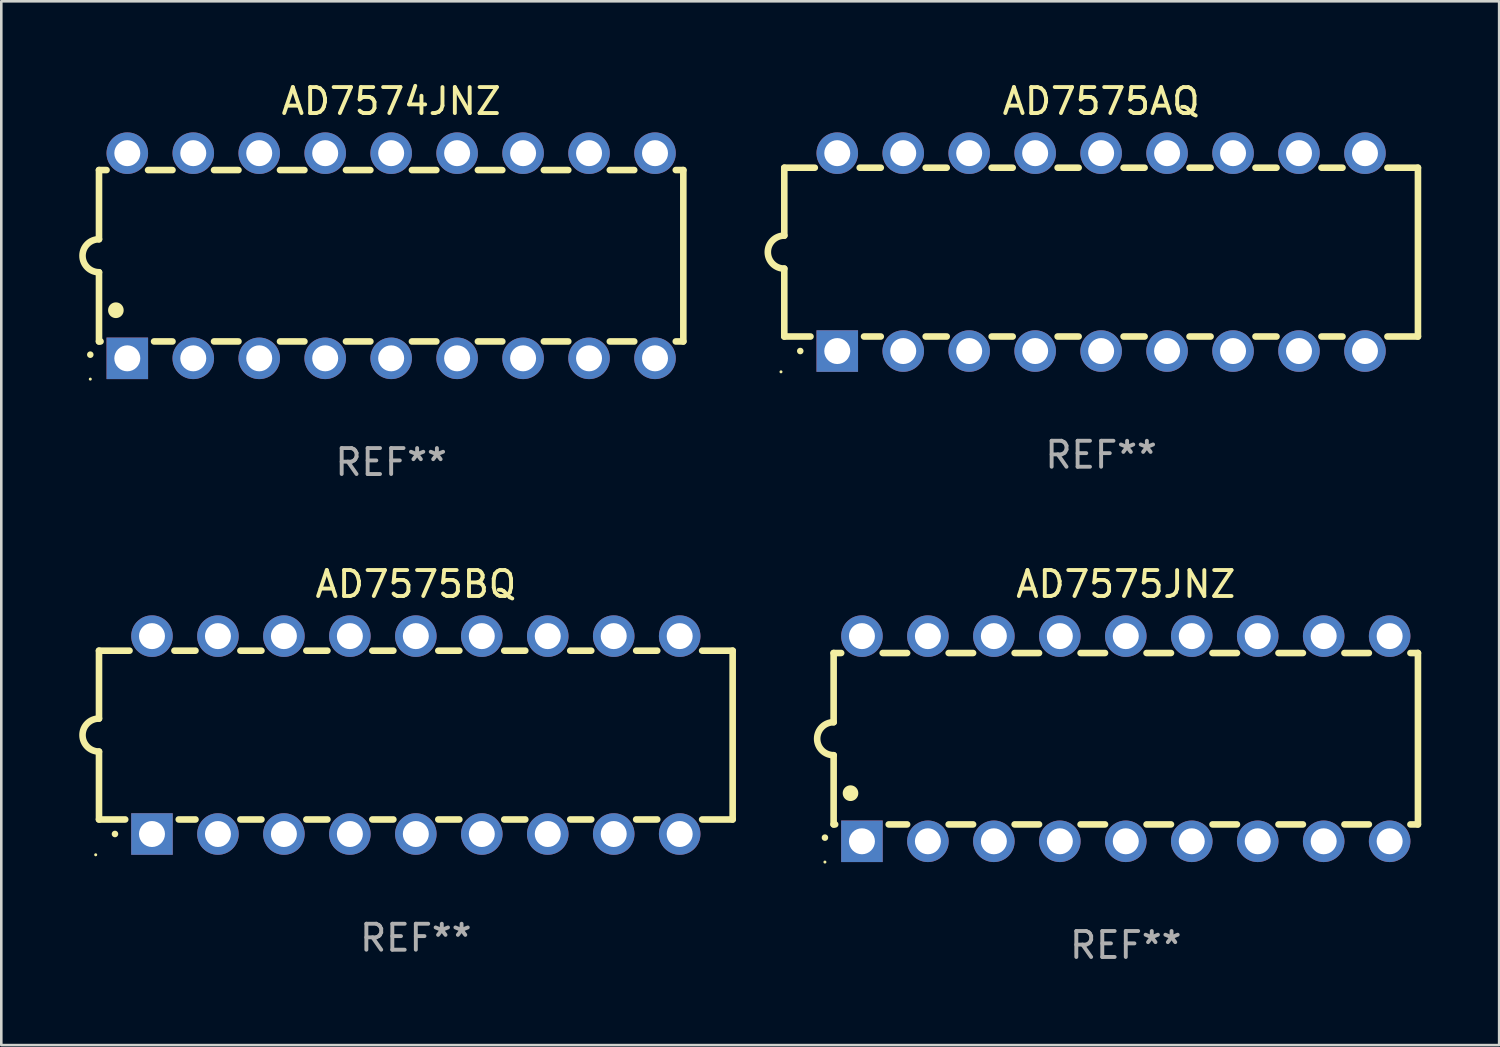
<source format=kicad_pcb>
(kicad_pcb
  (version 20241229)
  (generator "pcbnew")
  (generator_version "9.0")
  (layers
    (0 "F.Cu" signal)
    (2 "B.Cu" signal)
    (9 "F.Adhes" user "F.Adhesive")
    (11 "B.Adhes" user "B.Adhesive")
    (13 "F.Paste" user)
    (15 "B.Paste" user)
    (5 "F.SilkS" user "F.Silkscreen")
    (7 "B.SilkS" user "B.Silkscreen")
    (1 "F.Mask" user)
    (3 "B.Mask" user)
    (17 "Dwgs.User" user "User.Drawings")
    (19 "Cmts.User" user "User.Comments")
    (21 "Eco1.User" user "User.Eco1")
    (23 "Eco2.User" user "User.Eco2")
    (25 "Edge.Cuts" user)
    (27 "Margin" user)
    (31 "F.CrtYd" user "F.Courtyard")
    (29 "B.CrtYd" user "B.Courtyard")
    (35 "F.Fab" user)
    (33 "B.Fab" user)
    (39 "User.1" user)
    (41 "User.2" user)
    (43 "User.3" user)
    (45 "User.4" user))
  (footprint "AD7574JNZ"
    (layer "F.Cu")
    (at 12.012 6.798)
    (property "Reference" "AD7574JNZ" (at 0 -5.95 0) (layer "F.SilkS") (effects (font (size 1 1) (thickness 0.15))))
    (attr through_hole)
    (fp_line (start -11.25 -3.3) (end -11.25 -0.635) (stroke (width 0.254) (type solid)) (layer "F.SilkS"))
    (fp_line (start -11.25 -3.3) (end -10.96 -3.3) (stroke (width 0.254) (type solid)) (layer "F.SilkS"))
    (fp_line (start -11.25 3.3) (end -11.25 0.635) (stroke (width 0.254) (type solid)) (layer "F.SilkS"))
    (fp_line (start -11.25 3.3) (end -11.191 3.3) (stroke (width 0.254) (type solid)) (layer "F.SilkS"))
    (fp_line (start -9.36 -3.3) (end -8.42 -3.3) (stroke (width 0.254) (type solid)) (layer "F.SilkS"))
    (fp_line (start -9.129 3.3) (end -8.42 3.3) (stroke (width 0.254) (type solid)) (layer "F.SilkS"))
    (fp_line (start -6.82 -3.3) (end -5.88 -3.3) (stroke (width 0.254) (type solid)) (layer "F.SilkS"))
    (fp_line (start -6.82 3.3) (end -5.88 3.3) (stroke (width 0.254) (type solid)) (layer "F.SilkS"))
    (fp_line (start -4.28 -3.3) (end -3.34 -3.3) (stroke (width 0.254) (type solid)) (layer "F.SilkS"))
    (fp_line (start -4.28 3.3) (end -3.34 3.3) (stroke (width 0.254) (type solid)) (layer "F.SilkS"))
    (fp_line (start -1.74 -3.3) (end -0.8 -3.3) (stroke (width 0.254) (type solid)) (layer "F.SilkS"))
    (fp_line (start -1.74 3.3) (end -0.8 3.3) (stroke (width 0.254) (type solid)) (layer "F.SilkS"))
    (fp_line (start 0.8 -3.3) (end 1.74 -3.3) (stroke (width 0.254) (type solid)) (layer "F.SilkS"))
    (fp_line (start 0.8 3.3) (end 1.74 3.3) (stroke (width 0.254) (type solid)) (layer "F.SilkS"))
    (fp_line (start 3.34 -3.3) (end 4.28 -3.3) (stroke (width 0.254) (type solid)) (layer "F.SilkS"))
    (fp_line (start 3.34 3.3) (end 4.28 3.3) (stroke (width 0.254) (type solid)) (layer "F.SilkS"))
    (fp_line (start 5.88 -3.3) (end 6.82 -3.3) (stroke (width 0.254) (type solid)) (layer "F.SilkS"))
    (fp_line (start 5.88 3.3) (end 6.82 3.3) (stroke (width 0.254) (type solid)) (layer "F.SilkS"))
    (fp_line (start 8.42 -3.3) (end 9.36 -3.3) (stroke (width 0.254) (type solid)) (layer "F.SilkS"))
    (fp_line (start 8.42 3.3) (end 9.36 3.3) (stroke (width 0.254) (type solid)) (layer "F.SilkS"))
    (fp_line (start 10.96 -3.3) (end 11.25 -3.3) (stroke (width 0.254) (type solid)) (layer "F.SilkS"))
    (fp_line (start 10.96 3.3) (end 11.25 3.3) (stroke (width 0.254) (type solid)) (layer "F.SilkS"))
    (fp_line (start 11.25 -3.3) (end 11.25 3.3) (stroke (width 0.254) (type solid)) (layer "F.SilkS"))
    (fp_arc (start -11.584963 3.810008) (mid -11.58497 3.808738) (end -11.584963 3.807468) (stroke (width 0.25) (type solid)) (layer "F.SilkS"))
    (fp_arc (start -11.250013 0.635001) (mid -11.884684 -0.000165) (end -11.249683 -0.635001) (stroke (width 0.254001) (type solid)) (layer "F.SilkS"))
    (fp_arc (start -10.600025 2.1) (mid -10.600036 2.09746) (end -10.600025 2.09492) (stroke (width 0.6) (type solid)) (layer "F.SilkS"))
    (fp_circle (center -11.585 4.75) (end -11.555 4.75) (stroke (width 0.06) (type solid)) (fill no) (layer "F.SilkS"))
    (fp_text user "REF**" (at 0 7.95 0) (layer "F.Fab") (effects (font (size 1 1) (thickness 0.15))))
    (pad "1" thru_hole rect (at -10.16 3.95 90) (size 1.6 1.6) (drill 1) (layers "*.Cu" "*.Mask"))
    (pad "2" thru_hole circle (at -7.62 3.95 90) (size 1.6 1.6) (drill 1) (layers "*.Cu" "*.Mask"))
    (pad "3" thru_hole circle (at -5.08 3.95 90) (size 1.6 1.6) (drill 1) (layers "*.Cu" "*.Mask"))
    (pad "4" thru_hole circle (at -2.54 3.95 90) (size 1.6 1.6) (drill 1) (layers "*.Cu" "*.Mask"))
    (pad "5" thru_hole circle (at 0 3.95 90) (size 1.6 1.6) (drill 1) (layers "*.Cu" "*.Mask"))
    (pad "6" thru_hole circle (at 2.54 3.95 90) (size 1.6 1.6) (drill 1) (layers "*.Cu" "*.Mask"))
    (pad "7" thru_hole circle (at 5.08 3.95 90) (size 1.6 1.6) (drill 1) (layers "*.Cu" "*.Mask"))
    (pad "8" thru_hole circle (at 7.62 3.95 90) (size 1.6 1.6) (drill 1) (layers "*.Cu" "*.Mask"))
    (pad "9" thru_hole circle (at 10.16 3.95 90) (size 1.6 1.6) (drill 1) (layers "*.Cu" "*.Mask"))
    (pad "10" thru_hole circle (at 10.16 -3.95 90) (size 1.6 1.6) (drill 1) (layers "*.Cu" "*.Mask"))
    (pad "11" thru_hole circle (at 7.62 -3.95 90) (size 1.6 1.6) (drill 1) (layers "*.Cu" "*.Mask"))
    (pad "12" thru_hole circle (at 5.08 -3.95 90) (size 1.6 1.6) (drill 1) (layers "*.Cu" "*.Mask"))
    (pad "13" thru_hole circle (at 2.54 -3.95 90) (size 1.6 1.6) (drill 1) (layers "*.Cu" "*.Mask"))
    (pad "14" thru_hole circle (at 0 -3.95 90) (size 1.6 1.6) (drill 1) (layers "*.Cu" "*.Mask"))
    (pad "15" thru_hole circle (at -2.54 -3.95 90) (size 1.6 1.6) (drill 1) (layers "*.Cu" "*.Mask"))
    (pad "16" thru_hole circle (at -5.08 -3.95 90) (size 1.6 1.6) (drill 1) (layers "*.Cu" "*.Mask"))
    (pad "17" thru_hole circle (at -7.62 -3.95 90) (size 1.6 1.6) (drill 1) (layers "*.Cu" "*.Mask"))
    (pad "18" thru_hole circle (at -10.16 -3.95 90) (size 1.6 1.6) (drill 1) (layers "*.Cu" "*.Mask")))
  (footprint "AD7575BQ"
    (layer "F.Cu")
    (at 12.962 25.255)
    (property "Reference" "AD7575BQ" (at 0 -5.81 0) (layer "F.SilkS") (effects (font (size 1 1) (thickness 0.15))))
    (attr through_hole)
    (fp_line (start -12.2 -3.25) (end -12.2 -0.635) (stroke (width 0.254) (type solid)) (layer "F.SilkS"))
    (fp_line (start -12.2 3.25) (end -12.2 0.635) (stroke (width 0.254) (type solid)) (layer "F.SilkS"))
    (fp_line (start -12.2 3.25) (end -11.191 3.25) (stroke (width 0.254) (type solid)) (layer "F.SilkS"))
    (fp_line (start -11.025 -3.25) (end -12.2 -3.25) (stroke (width 0.254) (type solid)) (layer "F.SilkS"))
    (fp_line (start -9.129 3.25) (end -8.485 3.25) (stroke (width 0.254) (type solid)) (layer "F.SilkS"))
    (fp_line (start -8.485 -3.25) (end -9.295 -3.25) (stroke (width 0.254) (type solid)) (layer "F.SilkS"))
    (fp_line (start -6.755 3.25) (end -5.945 3.25) (stroke (width 0.254) (type solid)) (layer "F.SilkS"))
    (fp_line (start -5.945 -3.25) (end -6.755 -3.25) (stroke (width 0.254) (type solid)) (layer "F.SilkS"))
    (fp_line (start -4.215 3.25) (end -3.405 3.25) (stroke (width 0.254) (type solid)) (layer "F.SilkS"))
    (fp_line (start -3.405 -3.25) (end -4.215 -3.25) (stroke (width 0.254) (type solid)) (layer "F.SilkS"))
    (fp_line (start -1.675 3.25) (end -0.865 3.25) (stroke (width 0.254) (type solid)) (layer "F.SilkS"))
    (fp_line (start -0.865 -3.25) (end -1.675 -3.25) (stroke (width 0.254) (type solid)) (layer "F.SilkS"))
    (fp_line (start 0.865 3.25) (end 1.675 3.25) (stroke (width 0.254) (type solid)) (layer "F.SilkS"))
    (fp_line (start 1.675 -3.25) (end 0.865 -3.25) (stroke (width 0.254) (type solid)) (layer "F.SilkS"))
    (fp_line (start 3.405 3.25) (end 4.215 3.25) (stroke (width 0.254) (type solid)) (layer "F.SilkS"))
    (fp_line (start 4.215 -3.25) (end 3.405 -3.25) (stroke (width 0.254) (type solid)) (layer "F.SilkS"))
    (fp_line (start 5.945 3.25) (end 6.755 3.25) (stroke (width 0.254) (type solid)) (layer "F.SilkS"))
    (fp_line (start 6.755 -3.25) (end 5.945 -3.25) (stroke (width 0.254) (type solid)) (layer "F.SilkS"))
    (fp_line (start 8.485 3.25) (end 9.295 3.25) (stroke (width 0.254) (type solid)) (layer "F.SilkS"))
    (fp_line (start 9.295 -3.25) (end 8.485 -3.25) (stroke (width 0.254) (type solid)) (layer "F.SilkS"))
    (fp_line (start 11.025 3.25) (end 12.2 3.25) (stroke (width 0.254) (type solid)) (layer "F.SilkS"))
    (fp_line (start 12.2 -3.25) (end 11.025 -3.25) (stroke (width 0.254) (type solid)) (layer "F.SilkS"))
    (fp_line (start 12.2 -3.25) (end 12.2 3.25) (stroke (width 0.254) (type solid)) (layer "F.SilkS"))
    (fp_arc (start -12.200025 0.635001) (mid -12.834645 -0.000191) (end -12.199644 -0.635001) (stroke (width 0.254001) (type solid)) (layer "F.SilkS"))
    (fp_arc (start -11.584963 3.810008) (mid -11.58497 3.808738) (end -11.584963 3.807468) (stroke (width 0.25) (type solid)) (layer "F.SilkS"))
    (fp_circle (center -12.327 4.61) (end -12.297 4.61) (stroke (width 0.06) (type solid)) (fill no) (layer "F.SilkS"))
    (fp_text user "REF**" (at 0 7.81 0) (layer "F.Fab") (effects (font (size 1 1) (thickness 0.15))))
    (pad "1" thru_hole rect (at -10.16 3.81 90) (size 1.6 1.6) (drill 1) (layers "*.Cu" "*.Mask"))
    (pad "2" thru_hole circle (at -7.62 3.81 90) (size 1.6 1.6) (drill 1) (layers "*.Cu" "*.Mask"))
    (pad "3" thru_hole circle (at -5.08 3.81 90) (size 1.6 1.6) (drill 1) (layers "*.Cu" "*.Mask"))
    (pad "4" thru_hole circle (at -2.54 3.81 90) (size 1.6 1.6) (drill 1) (layers "*.Cu" "*.Mask"))
    (pad "5" thru_hole circle (at 0 3.81 90) (size 1.6 1.6) (drill 1) (layers "*.Cu" "*.Mask"))
    (pad "6" thru_hole circle (at 2.54 3.81 90) (size 1.6 1.6) (drill 1) (layers "*.Cu" "*.Mask"))
    (pad "7" thru_hole circle (at 5.08 3.81 90) (size 1.6 1.6) (drill 1) (layers "*.Cu" "*.Mask"))
    (pad "8" thru_hole circle (at 7.62 3.81 90) (size 1.6 1.6) (drill 1) (layers "*.Cu" "*.Mask"))
    (pad "9" thru_hole circle (at 10.16 3.81 90) (size 1.6 1.6) (drill 1) (layers "*.Cu" "*.Mask"))
    (pad "10" thru_hole circle (at 10.16 -3.81 90) (size 1.6 1.6) (drill 1) (layers "*.Cu" "*.Mask"))
    (pad "11" thru_hole circle (at 7.62 -3.81 90) (size 1.6 1.6) (drill 1) (layers "*.Cu" "*.Mask"))
    (pad "12" thru_hole circle (at 5.08 -3.81 90) (size 1.6 1.6) (drill 1) (layers "*.Cu" "*.Mask"))
    (pad "13" thru_hole circle (at 2.54 -3.81 90) (size 1.6 1.6) (drill 1) (layers "*.Cu" "*.Mask"))
    (pad "14" thru_hole circle (at 0 -3.81 90) (size 1.6 1.6) (drill 1) (layers "*.Cu" "*.Mask"))
    (pad "15" thru_hole circle (at -2.54 -3.81 90) (size 1.6 1.6) (drill 1) (layers "*.Cu" "*.Mask"))
    (pad "16" thru_hole circle (at -5.08 -3.81 90) (size 1.6 1.6) (drill 1) (layers "*.Cu" "*.Mask"))
    (pad "17" thru_hole circle (at -7.62 -3.81 90) (size 1.6 1.6) (drill 1) (layers "*.Cu" "*.Mask"))
    (pad "18" thru_hole circle (at -10.16 -3.81 90) (size 1.6 1.6) (drill 1) (layers "*.Cu" "*.Mask")))
  (footprint "AD7575JNZ"
    (layer "F.Cu")
    (at 40.3 25.395)
    (property "Reference" "AD7575JNZ" (at 0 -5.95 0) (layer "F.SilkS") (effects (font (size 1 1) (thickness 0.15))))
    (attr through_hole)
    (fp_line (start -11.25 -3.3) (end -11.25 -0.635) (stroke (width 0.254) (type solid)) (layer "F.SilkS"))
    (fp_line (start -11.25 -3.3) (end -10.96 -3.3) (stroke (width 0.254) (type solid)) (layer "F.SilkS"))
    (fp_line (start -11.25 3.3) (end -11.25 0.635) (stroke (width 0.254) (type solid)) (layer "F.SilkS"))
    (fp_line (start -11.25 3.3) (end -11.191 3.3) (stroke (width 0.254) (type solid)) (layer "F.SilkS"))
    (fp_line (start -9.36 -3.3) (end -8.42 -3.3) (stroke (width 0.254) (type solid)) (layer "F.SilkS"))
    (fp_line (start -9.129 3.3) (end -8.42 3.3) (stroke (width 0.254) (type solid)) (layer "F.SilkS"))
    (fp_line (start -6.82 -3.3) (end -5.88 -3.3) (stroke (width 0.254) (type solid)) (layer "F.SilkS"))
    (fp_line (start -6.82 3.3) (end -5.88 3.3) (stroke (width 0.254) (type solid)) (layer "F.SilkS"))
    (fp_line (start -4.28 -3.3) (end -3.34 -3.3) (stroke (width 0.254) (type solid)) (layer "F.SilkS"))
    (fp_line (start -4.28 3.3) (end -3.34 3.3) (stroke (width 0.254) (type solid)) (layer "F.SilkS"))
    (fp_line (start -1.74 -3.3) (end -0.8 -3.3) (stroke (width 0.254) (type solid)) (layer "F.SilkS"))
    (fp_line (start -1.74 3.3) (end -0.8 3.3) (stroke (width 0.254) (type solid)) (layer "F.SilkS"))
    (fp_line (start 0.8 -3.3) (end 1.74 -3.3) (stroke (width 0.254) (type solid)) (layer "F.SilkS"))
    (fp_line (start 0.8 3.3) (end 1.74 3.3) (stroke (width 0.254) (type solid)) (layer "F.SilkS"))
    (fp_line (start 3.34 -3.3) (end 4.28 -3.3) (stroke (width 0.254) (type solid)) (layer "F.SilkS"))
    (fp_line (start 3.34 3.3) (end 4.28 3.3) (stroke (width 0.254) (type solid)) (layer "F.SilkS"))
    (fp_line (start 5.88 -3.3) (end 6.82 -3.3) (stroke (width 0.254) (type solid)) (layer "F.SilkS"))
    (fp_line (start 5.88 3.3) (end 6.82 3.3) (stroke (width 0.254) (type solid)) (layer "F.SilkS"))
    (fp_line (start 8.42 -3.3) (end 9.36 -3.3) (stroke (width 0.254) (type solid)) (layer "F.SilkS"))
    (fp_line (start 8.42 3.3) (end 9.36 3.3) (stroke (width 0.254) (type solid)) (layer "F.SilkS"))
    (fp_line (start 10.96 -3.3) (end 11.25 -3.3) (stroke (width 0.254) (type solid)) (layer "F.SilkS"))
    (fp_line (start 10.96 3.3) (end 11.25 3.3) (stroke (width 0.254) (type solid)) (layer "F.SilkS"))
    (fp_line (start 11.25 -3.3) (end 11.25 3.3) (stroke (width 0.254) (type solid)) (layer "F.SilkS"))
    (fp_arc (start -11.584963 3.810008) (mid -11.58497 3.808738) (end -11.584963 3.807468) (stroke (width 0.25) (type solid)) (layer "F.SilkS"))
    (fp_arc (start -11.250013 0.635001) (mid -11.884684 -0.000165) (end -11.249683 -0.635001) (stroke (width 0.254001) (type solid)) (layer "F.SilkS"))
    (fp_arc (start -10.600025 2.1) (mid -10.600036 2.09746) (end -10.600025 2.09492) (stroke (width 0.6) (type solid)) (layer "F.SilkS"))
    (fp_circle (center -11.585 4.75) (end -11.555 4.75) (stroke (width 0.06) (type solid)) (fill no) (layer "F.SilkS"))
    (fp_text user "REF**" (at 0 7.95 0) (layer "F.Fab") (effects (font (size 1 1) (thickness 0.15))))
    (pad "1" thru_hole rect (at -10.16 3.95 90) (size 1.6 1.6) (drill 1) (layers "*.Cu" "*.Mask"))
    (pad "2" thru_hole circle (at -7.62 3.95 90) (size 1.6 1.6) (drill 1) (layers "*.Cu" "*.Mask"))
    (pad "3" thru_hole circle (at -5.08 3.95 90) (size 1.6 1.6) (drill 1) (layers "*.Cu" "*.Mask"))
    (pad "4" thru_hole circle (at -2.54 3.95 90) (size 1.6 1.6) (drill 1) (layers "*.Cu" "*.Mask"))
    (pad "5" thru_hole circle (at 0 3.95 90) (size 1.6 1.6) (drill 1) (layers "*.Cu" "*.Mask"))
    (pad "6" thru_hole circle (at 2.54 3.95 90) (size 1.6 1.6) (drill 1) (layers "*.Cu" "*.Mask"))
    (pad "7" thru_hole circle (at 5.08 3.95 90) (size 1.6 1.6) (drill 1) (layers "*.Cu" "*.Mask"))
    (pad "8" thru_hole circle (at 7.62 3.95 90) (size 1.6 1.6) (drill 1) (layers "*.Cu" "*.Mask"))
    (pad "9" thru_hole circle (at 10.16 3.95 90) (size 1.6 1.6) (drill 1) (layers "*.Cu" "*.Mask"))
    (pad "10" thru_hole circle (at 10.16 -3.95 90) (size 1.6 1.6) (drill 1) (layers "*.Cu" "*.Mask"))
    (pad "11" thru_hole circle (at 7.62 -3.95 90) (size 1.6 1.6) (drill 1) (layers "*.Cu" "*.Mask"))
    (pad "12" thru_hole circle (at 5.08 -3.95 90) (size 1.6 1.6) (drill 1) (layers "*.Cu" "*.Mask"))
    (pad "13" thru_hole circle (at 2.54 -3.95 90) (size 1.6 1.6) (drill 1) (layers "*.Cu" "*.Mask"))
    (pad "14" thru_hole circle (at 0 -3.95 90) (size 1.6 1.6) (drill 1) (layers "*.Cu" "*.Mask"))
    (pad "15" thru_hole circle (at -2.54 -3.95 90) (size 1.6 1.6) (drill 1) (layers "*.Cu" "*.Mask"))
    (pad "16" thru_hole circle (at -5.08 -3.95 90) (size 1.6 1.6) (drill 1) (layers "*.Cu" "*.Mask"))
    (pad "17" thru_hole circle (at -7.62 -3.95 90) (size 1.6 1.6) (drill 1) (layers "*.Cu" "*.Mask"))
    (pad "18" thru_hole circle (at -10.16 -3.95 90) (size 1.6 1.6) (drill 1) (layers "*.Cu" "*.Mask")))
  (footprint "AD7575AQ"
    (layer "F.Cu")
    (at 39.35 6.658)
    (property "Reference" "AD7575AQ" (at 0 -5.81 0) (layer "F.SilkS") (effects (font (size 1 1) (thickness 0.15))))
    (attr through_hole)
    (fp_line (start -12.2 -3.25) (end -12.2 -0.635) (stroke (width 0.254) (type solid)) (layer "F.SilkS"))
    (fp_line (start -12.2 3.25) (end -12.2 0.635) (stroke (width 0.254) (type solid)) (layer "F.SilkS"))
    (fp_line (start -12.2 3.25) (end -11.191 3.25) (stroke (width 0.254) (type solid)) (layer "F.SilkS"))
    (fp_line (start -11.025 -3.25) (end -12.2 -3.25) (stroke (width 0.254) (type solid)) (layer "F.SilkS"))
    (fp_line (start -9.129 3.25) (end -8.485 3.25) (stroke (width 0.254) (type solid)) (layer "F.SilkS"))
    (fp_line (start -8.485 -3.25) (end -9.295 -3.25) (stroke (width 0.254) (type solid)) (layer "F.SilkS"))
    (fp_line (start -6.755 3.25) (end -5.945 3.25) (stroke (width 0.254) (type solid)) (layer "F.SilkS"))
    (fp_line (start -5.945 -3.25) (end -6.755 -3.25) (stroke (width 0.254) (type solid)) (layer "F.SilkS"))
    (fp_line (start -4.215 3.25) (end -3.405 3.25) (stroke (width 0.254) (type solid)) (layer "F.SilkS"))
    (fp_line (start -3.405 -3.25) (end -4.215 -3.25) (stroke (width 0.254) (type solid)) (layer "F.SilkS"))
    (fp_line (start -1.675 3.25) (end -0.865 3.25) (stroke (width 0.254) (type solid)) (layer "F.SilkS"))
    (fp_line (start -0.865 -3.25) (end -1.675 -3.25) (stroke (width 0.254) (type solid)) (layer "F.SilkS"))
    (fp_line (start 0.865 3.25) (end 1.675 3.25) (stroke (width 0.254) (type solid)) (layer "F.SilkS"))
    (fp_line (start 1.675 -3.25) (end 0.865 -3.25) (stroke (width 0.254) (type solid)) (layer "F.SilkS"))
    (fp_line (start 3.405 3.25) (end 4.215 3.25) (stroke (width 0.254) (type solid)) (layer "F.SilkS"))
    (fp_line (start 4.215 -3.25) (end 3.405 -3.25) (stroke (width 0.254) (type solid)) (layer "F.SilkS"))
    (fp_line (start 5.945 3.25) (end 6.755 3.25) (stroke (width 0.254) (type solid)) (layer "F.SilkS"))
    (fp_line (start 6.755 -3.25) (end 5.945 -3.25) (stroke (width 0.254) (type solid)) (layer "F.SilkS"))
    (fp_line (start 8.485 3.25) (end 9.295 3.25) (stroke (width 0.254) (type solid)) (layer "F.SilkS"))
    (fp_line (start 9.295 -3.25) (end 8.485 -3.25) (stroke (width 0.254) (type solid)) (layer "F.SilkS"))
    (fp_line (start 11.025 3.25) (end 12.2 3.25) (stroke (width 0.254) (type solid)) (layer "F.SilkS"))
    (fp_line (start 12.2 -3.25) (end 11.025 -3.25) (stroke (width 0.254) (type solid)) (layer "F.SilkS"))
    (fp_line (start 12.2 -3.25) (end 12.2 3.25) (stroke (width 0.254) (type solid)) (layer "F.SilkS"))
    (fp_arc (start -12.200025 0.635001) (mid -12.834645 -0.000191) (end -12.199644 -0.635001) (stroke (width 0.254001) (type solid)) (layer "F.SilkS"))
    (fp_arc (start -11.584963 3.810008) (mid -11.58497 3.808738) (end -11.584963 3.807468) (stroke (width 0.25) (type solid)) (layer "F.SilkS"))
    (fp_circle (center -12.327 4.61) (end -12.297 4.61) (stroke (width 0.06) (type solid)) (fill no) (layer "F.SilkS"))
    (fp_text user "REF**" (at 0 7.81 0) (layer "F.Fab") (effects (font (size 1 1) (thickness 0.15))))
    (pad "1" thru_hole rect (at -10.16 3.81 90) (size 1.6 1.6) (drill 1) (layers "*.Cu" "*.Mask"))
    (pad "2" thru_hole circle (at -7.62 3.81 90) (size 1.6 1.6) (drill 1) (layers "*.Cu" "*.Mask"))
    (pad "3" thru_hole circle (at -5.08 3.81 90) (size 1.6 1.6) (drill 1) (layers "*.Cu" "*.Mask"))
    (pad "4" thru_hole circle (at -2.54 3.81 90) (size 1.6 1.6) (drill 1) (layers "*.Cu" "*.Mask"))
    (pad "5" thru_hole circle (at 0 3.81 90) (size 1.6 1.6) (drill 1) (layers "*.Cu" "*.Mask"))
    (pad "6" thru_hole circle (at 2.54 3.81 90) (size 1.6 1.6) (drill 1) (layers "*.Cu" "*.Mask"))
    (pad "7" thru_hole circle (at 5.08 3.81 90) (size 1.6 1.6) (drill 1) (layers "*.Cu" "*.Mask"))
    (pad "8" thru_hole circle (at 7.62 3.81 90) (size 1.6 1.6) (drill 1) (layers "*.Cu" "*.Mask"))
    (pad "9" thru_hole circle (at 10.16 3.81 90) (size 1.6 1.6) (drill 1) (layers "*.Cu" "*.Mask"))
    (pad "10" thru_hole circle (at 10.16 -3.81 90) (size 1.6 1.6) (drill 1) (layers "*.Cu" "*.Mask"))
    (pad "11" thru_hole circle (at 7.62 -3.81 90) (size 1.6 1.6) (drill 1) (layers "*.Cu" "*.Mask"))
    (pad "12" thru_hole circle (at 5.08 -3.81 90) (size 1.6 1.6) (drill 1) (layers "*.Cu" "*.Mask"))
    (pad "13" thru_hole circle (at 2.54 -3.81 90) (size 1.6 1.6) (drill 1) (layers "*.Cu" "*.Mask"))
    (pad "14" thru_hole circle (at 0 -3.81 90) (size 1.6 1.6) (drill 1) (layers "*.Cu" "*.Mask"))
    (pad "15" thru_hole circle (at -2.54 -3.81 90) (size 1.6 1.6) (drill 1) (layers "*.Cu" "*.Mask"))
    (pad "16" thru_hole circle (at -5.08 -3.81 90) (size 1.6 1.6) (drill 1) (layers "*.Cu" "*.Mask"))
    (pad "17" thru_hole circle (at -7.62 -3.81 90) (size 1.6 1.6) (drill 1) (layers "*.Cu" "*.Mask"))
    (pad "18" thru_hole circle (at -10.16 -3.81 90) (size 1.6 1.6) (drill 1) (layers "*.Cu" "*.Mask")))
  (gr_rect
    (start -3 -3)
    (end 54.677 37.193)
    (stroke (width 0.1) (type default))
    (fill no)
    (layer "Edge.Cuts")))
</source>
